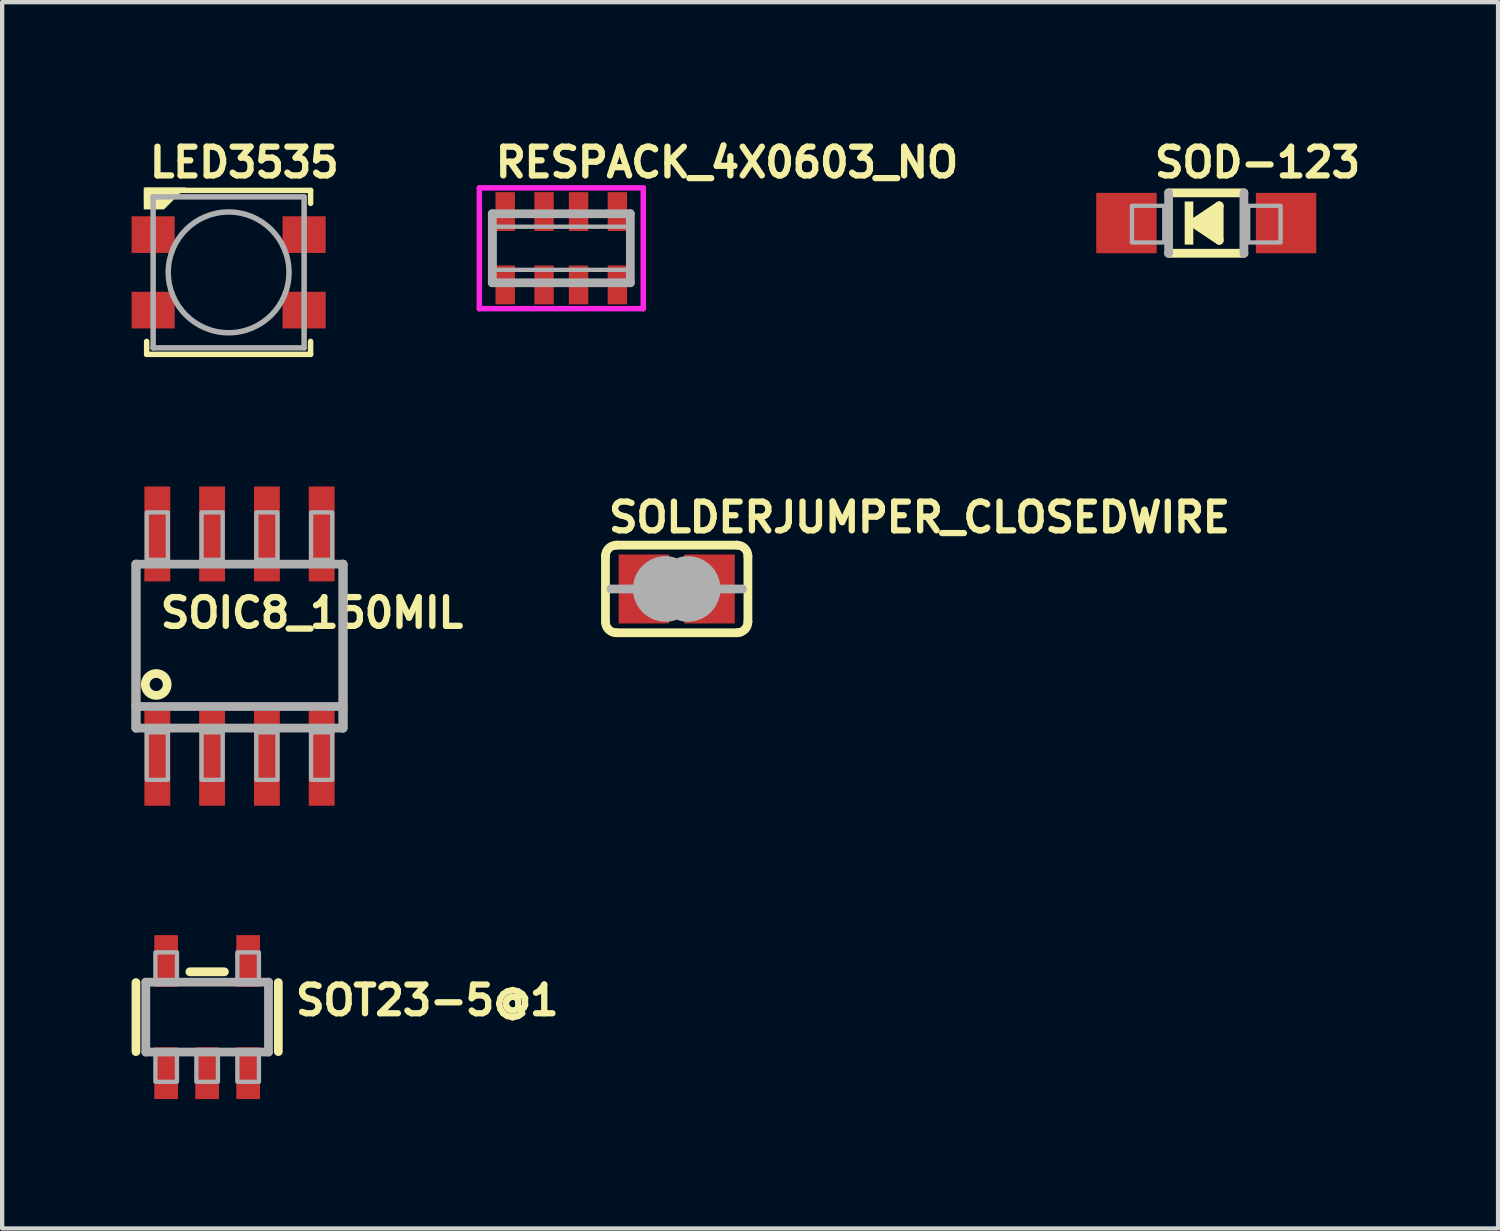
<source format=kicad_pcb>
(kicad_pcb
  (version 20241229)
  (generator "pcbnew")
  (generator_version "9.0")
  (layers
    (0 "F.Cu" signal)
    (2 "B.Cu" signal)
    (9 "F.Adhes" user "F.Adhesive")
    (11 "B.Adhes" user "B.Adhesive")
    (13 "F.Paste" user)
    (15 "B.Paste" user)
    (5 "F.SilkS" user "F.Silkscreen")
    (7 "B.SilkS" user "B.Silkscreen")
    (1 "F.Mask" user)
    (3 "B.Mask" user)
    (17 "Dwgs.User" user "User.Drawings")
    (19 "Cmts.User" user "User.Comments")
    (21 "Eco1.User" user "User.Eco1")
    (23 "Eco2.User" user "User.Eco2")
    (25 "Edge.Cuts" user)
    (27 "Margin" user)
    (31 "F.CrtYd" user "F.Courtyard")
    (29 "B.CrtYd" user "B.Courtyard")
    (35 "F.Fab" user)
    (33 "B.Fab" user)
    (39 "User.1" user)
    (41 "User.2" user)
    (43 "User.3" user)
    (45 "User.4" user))
  (footprint "SOT23-5@1"
    (layer "F.Cu")
    (at 1.752 20.528)
    (property "Reference" "SOT23-5@1" (at 1.978 0 0) (layer "F.SilkS") (effects (font (size 0.666 0.666) (thickness 0.146)) (justify left bottom)))
    (fp_line (start -1.65 -0.8) (end -1.65 0.8) (stroke (width 0.203) (type solid)) (layer "F.SilkS"))
    (fp_line (start -0.4 -1.05) (end 0.4 -1.05) (stroke (width 0.203) (type solid)) (layer "F.SilkS"))
    (fp_line (start 1.65 -0.8) (end 1.65 0.8) (stroke (width 0.203) (type solid)) (layer "F.SilkS"))
    (fp_line (start -1.422 -0.81) (end 1.422 -0.81) (stroke (width 0.203) (type solid)) (layer "F.Fab"))
    (fp_line (start -1.422 0.81) (end -1.422 -0.81) (stroke (width 0.203) (type solid)) (layer "F.Fab"))
    (fp_line (start 1.422 -0.81) (end 1.422 0.81) (stroke (width 0.203) (type solid)) (layer "F.Fab"))
    (fp_line (start 1.422 0.81) (end -1.422 0.81) (stroke (width 0.203) (type solid)) (layer "F.Fab"))
    (fp_poly (pts (xy -1.2 -0.85) (xy -0.7 -0.85) (xy -0.7 -1.5) (xy -1.2 -1.5)) (stroke (width 0.1) (type solid)) (fill no) (layer "F.Fab"))
    (fp_poly (pts (xy -1.2 1.5) (xy -0.7 1.5) (xy -0.7 0.85) (xy -1.2 0.85)) (stroke (width 0.1) (type solid)) (fill no) (layer "F.Fab"))
    (fp_poly (pts (xy -0.25 1.5) (xy 0.25 1.5) (xy 0.25 0.85) (xy -0.25 0.85)) (stroke (width 0.1) (type solid)) (fill no) (layer "F.Fab"))
    (fp_poly (pts (xy 0.7 -0.85) (xy 1.2 -0.85) (xy 1.2 -1.5) (xy 0.7 -1.5)) (stroke (width 0.1) (type solid)) (fill no) (layer "F.Fab"))
    (fp_poly (pts (xy 0.7 1.5) (xy 1.2 1.5) (xy 1.2 0.85) (xy 0.7 0.85)) (stroke (width 0.1) (type solid)) (fill no) (layer "F.Fab"))
    (pad "1" smd rect (at -0.95 1.3) (size 0.55 1.2) (layers "F.Cu" "F.Mask" "F.Paste"))
    (pad "2" smd rect (at 0 1.3) (size 0.55 1.2) (layers "F.Cu" "F.Mask" "F.Paste"))
    (pad "3" smd rect (at 0.95 1.3) (size 0.55 1.2) (layers "F.Cu" "F.Mask" "F.Paste"))
    (pad "4" smd rect (at 0.95 -1.3) (size 0.55 1.2) (layers "F.Cu" "F.Mask" "F.Paste"))
    (pad "5" smd rect (at -0.95 -1.3) (size 0.55 1.2) (layers "F.Cu" "F.Mask" "F.Paste")))
  (footprint "RESPACK_4X0603_NO"
    (layer "F.Cu")
    (at 9.962 2.705)
    (property "Reference" "RESPACK_4X0603_NO" (at -1.6 -1.6 0) (layer "F.SilkS") (effects (font (size 0.666 0.666) (thickness 0.146)) (justify left bottom)))
    (fp_line (start -1.9 -1.4) (end 1.9 -1.4) (stroke (width 0.127) (type solid)) (layer "F.CrtYd"))
    (fp_line (start -1.9 1.4) (end -1.9 -1.4) (stroke (width 0.127) (type solid)) (layer "F.CrtYd"))
    (fp_line (start -1.9 1.4) (end 1.9 1.4) (stroke (width 0.127) (type solid)) (layer "F.CrtYd"))
    (fp_line (start 1.9 -1.4) (end 1.9 1.4) (stroke (width 0.127) (type solid)) (layer "F.CrtYd"))
    (fp_line (start -1.6 -0.8) (end 1.6 -0.8) (stroke (width 0.203) (type solid)) (layer "F.Fab"))
    (fp_line (start -1.6 0.8) (end -1.6 -0.8) (stroke (width 0.203) (type solid)) (layer "F.Fab"))
    (fp_line (start 1.6 -0.8) (end 1.6 0.8) (stroke (width 0.203) (type solid)) (layer "F.Fab"))
    (fp_line (start 1.6 0.8) (end -1.6 0.8) (stroke (width 0.203) (type solid)) (layer "F.Fab"))
    (fp_poly (pts (xy -1.55 0.5) (xy 1.55 0.5) (xy 1.55 -0.5) (xy -1.55 -0.5)) (stroke (width 0.1) (type solid)) (fill no) (layer "F.Fab"))
    (pad "1" smd rect (at -1.3 0.85) (size 0.45 0.9) (layers "F.Cu" "F.Mask" "F.Paste"))
    (pad "2" smd rect (at -0.4 0.85) (size 0.45 0.9) (layers "F.Cu" "F.Mask" "F.Paste"))
    (pad "3" smd rect (at 0.4 0.85) (size 0.45 0.9) (layers "F.Cu" "F.Mask" "F.Paste"))
    (pad "4" smd rect (at 1.3 0.85) (size 0.45 0.9) (layers "F.Cu" "F.Mask" "F.Paste"))
    (pad "5" smd rect (at 1.3 -0.85) (size 0.45 0.9) (layers "F.Cu" "F.Mask" "F.Paste"))
    (pad "6" smd rect (at 0.4 -0.85) (size 0.45 0.9) (layers "F.Cu" "F.Mask" "F.Paste"))
    (pad "7" smd rect (at -0.4 -0.85) (size 0.45 0.9) (layers "F.Cu" "F.Mask" "F.Paste"))
    (pad "8" smd rect (at -1.3 -0.85) (size 0.45 0.9) (layers "F.Cu" "F.Mask" "F.Paste")))
  (footprint "SOIC8_150MIL"
    (layer "F.Cu")
    (at 2.502 11.928)
    (property "Reference" "SOIC8_150MIL" (at -1.905 -0.381 0) (layer "F.SilkS") (effects (font (size 0.666 0.666) (thickness 0.146)) (justify left bottom)))
    (fp_line (start -2.4 1.9) (end -2.4 -1.9) (stroke (width 0.203) (type solid)) (layer "F.SilkS"))
    (fp_line (start 2.4 -1.9) (end 2.4 1.9) (stroke (width 0.203) (type solid)) (layer "F.SilkS"))
    (fp_circle (center -1.93 0.889) (end -1.676 0.889) (stroke (width 0.203) (type solid)) (fill no) (layer "F.SilkS"))
    (fp_line (start -2.4 -1.9) (end 2.4 -1.9) (stroke (width 0.203) (type solid)) (layer "F.Fab"))
    (fp_line (start -2.4 1.4) (end -2.4 -1.9) (stroke (width 0.203) (type solid)) (layer "F.Fab"))
    (fp_line (start -2.4 1.9) (end -2.4 1.4) (stroke (width 0.203) (type solid)) (layer "F.Fab"))
    (fp_line (start 2.4 -1.9) (end 2.4 1.4) (stroke (width 0.203) (type solid)) (layer "F.Fab"))
    (fp_line (start 2.4 1.4) (end -2.4 1.4) (stroke (width 0.203) (type solid)) (layer "F.Fab"))
    (fp_line (start 2.4 1.4) (end 2.4 1.9) (stroke (width 0.203) (type solid)) (layer "F.Fab"))
    (fp_line (start 2.4 1.9) (end -2.4 1.9) (stroke (width 0.203) (type solid)) (layer "F.Fab"))
    (fp_poly (pts (xy -2.15 -2) (xy -1.66 -2) (xy -1.66 -3.1) (xy -2.15 -3.1)) (stroke (width 0.1) (type solid)) (fill no) (layer "F.Fab"))
    (fp_poly (pts (xy -2.15 3.1) (xy -1.66 3.1) (xy -1.66 2) (xy -2.15 2)) (stroke (width 0.1) (type solid)) (fill no) (layer "F.Fab"))
    (fp_poly (pts (xy -0.88 -2) (xy -0.39 -2) (xy -0.39 -3.1) (xy -0.88 -3.1)) (stroke (width 0.1) (type solid)) (fill no) (layer "F.Fab"))
    (fp_poly (pts (xy -0.88 3.1) (xy -0.39 3.1) (xy -0.39 2) (xy -0.88 2)) (stroke (width 0.1) (type solid)) (fill no) (layer "F.Fab"))
    (fp_poly (pts (xy 0.39 -2) (xy 0.88 -2) (xy 0.88 -3.1) (xy 0.39 -3.1)) (stroke (width 0.1) (type solid)) (fill no) (layer "F.Fab"))
    (fp_poly (pts (xy 0.39 3.1) (xy 0.88 3.1) (xy 0.88 2) (xy 0.39 2)) (stroke (width 0.1) (type solid)) (fill no) (layer "F.Fab"))
    (fp_poly (pts (xy 1.66 -2) (xy 2.15 -2) (xy 2.15 -3.1) (xy 1.66 -3.1)) (stroke (width 0.1) (type solid)) (fill no) (layer "F.Fab"))
    (fp_poly (pts (xy 1.66 3.1) (xy 2.15 3.1) (xy 2.15 2) (xy 1.66 2)) (stroke (width 0.1) (type solid)) (fill no) (layer "F.Fab"))
    (pad "1" smd rect (at -1.905 2.6) (size 0.6 2.2) (layers "F.Cu" "F.Mask" "F.Paste"))
    (pad "2" smd rect (at -0.635 2.6) (size 0.6 2.2) (layers "F.Cu" "F.Mask" "F.Paste"))
    (pad "3" smd rect (at 0.635 2.6) (size 0.6 2.2) (layers "F.Cu" "F.Mask" "F.Paste"))
    (pad "4" smd rect (at 1.905 2.6) (size 0.6 2.2) (layers "F.Cu" "F.Mask" "F.Paste"))
    (pad "5" smd rect (at 1.905 -2.6) (size 0.6 2.2) (layers "F.Cu" "F.Mask" "F.Paste"))
    (pad "6" smd rect (at 0.635 -2.6) (size 0.6 2.2) (layers "F.Cu" "F.Mask" "F.Paste"))
    (pad "7" smd rect (at -0.635 -2.6) (size 0.6 2.2) (layers "F.Cu" "F.Mask" "F.Paste"))
    (pad "8" smd rect (at -1.905 -2.6) (size 0.6 2.2) (layers "F.Cu" "F.Mask" "F.Paste")))
  (footprint "LED3535"
    (layer "F.Cu")
    (at 2.25 3.264)
    (property "Reference" "LED3535" (at -1.905 -2.159 0) (layer "F.SilkS") (effects (font (size 0.666 0.666) (thickness 0.146)) (justify left bottom)))
    (fp_line (start -1.9 -1.9) (end 1.9 -1.9) (stroke (width 0.127) (type solid)) (layer "F.SilkS"))
    (fp_line (start -1.9 -1.6) (end -1.9 -1.9) (stroke (width 0.127) (type solid)) (layer "F.SilkS"))
    (fp_line (start -1.9 1.6) (end -1.9 1.9) (stroke (width 0.127) (type solid)) (layer "F.SilkS"))
    (fp_line (start -1.9 1.9) (end 1.9 1.9) (stroke (width 0.127) (type solid)) (layer "F.SilkS"))
    (fp_line (start 1.9 -1.9) (end 1.9 -1.6) (stroke (width 0.127) (type solid)) (layer "F.SilkS"))
    (fp_line (start 1.9 1.9) (end 1.9 1.6) (stroke (width 0.127) (type solid)) (layer "F.SilkS"))
    (fp_poly (pts (xy -1.498 -1.46) (xy -1.968 -1.46) (xy -1.968 -1.968) (xy -0.99 -1.968)) (stroke (width 0) (type solid)) (fill yes) (layer "F.SilkS"))
    (fp_line (start -1.75 -1.75) (end 1.75 -1.75) (stroke (width 0.127) (type solid)) (layer "F.Fab"))
    (fp_line (start -1.75 1.75) (end -1.75 -1.75) (stroke (width 0.127) (type solid)) (layer "F.Fab"))
    (fp_line (start 1.75 -1.75) (end 1.75 1.75) (stroke (width 0.127) (type solid)) (layer "F.Fab"))
    (fp_line (start 1.75 1.75) (end -1.75 1.75) (stroke (width 0.127) (type solid)) (layer "F.Fab"))
    (fp_circle (center 0 0) (end 1.4 0) (stroke (width 0.127) (type solid)) (fill no) (layer "F.Fab"))
    (pad "1" smd rect (at -1.75 -0.875 90) (size 0.85 1) (layers "F.Cu" "F.Mask" "F.Paste"))
    (pad "2" smd rect (at -1.75 0.875 90) (size 0.85 1) (layers "F.Cu" "F.Mask" "F.Paste"))
    (pad "3" smd rect (at 1.75 0.875 90) (size 0.85 1) (layers "F.Cu" "F.Mask" "F.Paste"))
    (pad "4" smd rect (at 1.75 -0.875 90) (size 0.85 1) (layers "F.Cu" "F.Mask" "F.Paste")))
  (footprint "SOLDERJUMPER_CLOSEDWIRE"
    (layer "F.Cu")
    (at 12.637 10.603)
    (property "Reference" "SOLDERJUMPER_CLOSEDWIRE" (at -1.651 -1.27 0) (layer "F.SilkS") (effects (font (size 0.666 0.666) (thickness 0.146)) (justify left bottom)))
    (fp_poly (pts (xy 1.397 0.889) (xy -1.397 0.889) (xy -1.397 -0.889) (xy 1.397 -0.889)) (stroke (width 0) (type solid)) (fill yes) (layer "F.Mask"))
    (fp_line (start -1.651 0.762) (end -1.651 -0.762) (stroke (width 0.203) (type solid)) (layer "F.SilkS"))
    (fp_line (start -1.397 -1.016) (end 1.397 -1.016) (stroke (width 0.203) (type solid)) (layer "F.SilkS"))
    (fp_line (start 1.397 1.016) (end -1.397 1.016) (stroke (width 0.203) (type solid)) (layer "F.SilkS"))
    (fp_line (start 1.651 0.762) (end 1.651 -0.762) (stroke (width 0.203) (type solid)) (layer "F.SilkS"))
    (fp_arc (start -1.651 -0.762) (mid -1.576605 -0.941605) (end -1.397 -1.016) (stroke (width 0.2032) (type solid)) (layer "F.SilkS"))
    (fp_arc (start -1.397 1.016) (mid -1.576605 0.941605) (end -1.651 0.762) (stroke (width 0.2032) (type solid)) (layer "F.SilkS"))
    (fp_arc (start 1.397 -1.016) (mid 1.576605 -0.941605) (end 1.651 -0.762) (stroke (width 0.2032) (type solid)) (layer "F.SilkS"))
    (fp_arc (start 1.651 0.762) (mid 1.576605 0.941605) (end 1.397 1.016) (stroke (width 0.2032) (type solid)) (layer "F.SilkS"))
    (fp_line (start -1.016 0) (end -1.524 0) (stroke (width 0.203) (type solid)) (layer "F.Fab"))
    (fp_line (start 1.016 0) (end 1.524 0) (stroke (width 0.203) (type solid)) (layer "F.Fab"))
    (fp_arc (start -0.254 0.127) (mid -0.381 0) (end -0.254 -0.127) (stroke (width 1.27) (type solid)) (layer "F.Fab"))
    (fp_arc (start 0.254 -0.127) (mid 0.381 0) (end 0.254 0.127) (stroke (width 1.27) (type solid)) (layer "F.Fab"))
    (pad "1" smd rect (at -0.762 0) (size 1.168 1.6) (layers "F.Cu"))
    (pad "2" smd rect (at 0.762 0) (size 1.168 1.6) (layers "F.Cu"))
    (pad "WIRE" smd rect (at 0 0 180) (size 0.635 0.203) (layers "F.Cu")))
  (footprint "SOD-123"
    (layer "F.Cu")
    (at 24.913 2.121)
    (property "Reference" "SOD-123" (at -1.27 -1.016 0) (layer "F.SilkS") (effects (font (size 0.666 0.666) (thickness 0.146)) (justify left bottom)))
    (fp_line (start -0.873 -0.7) (end 0.873 -0.7) (stroke (width 0.203) (type solid)) (layer "F.SilkS"))
    (fp_line (start -0.3 0) (end 0.3 -0.4) (stroke (width 0.203) (type solid)) (layer "F.SilkS"))
    (fp_line (start 0.3 -0.4) (end 0.3 0.4) (stroke (width 0.203) (type solid)) (layer "F.SilkS"))
    (fp_line (start 0.3 0.4) (end -0.3 0) (stroke (width 0.203) (type solid)) (layer "F.SilkS"))
    (fp_line (start 0.873 0.7) (end -0.873 0.7) (stroke (width 0.203) (type solid)) (layer "F.SilkS"))
    (fp_poly (pts (xy 0.302 0.39) (xy -0.283 0) (xy 0.302 -0.39)) (stroke (width 0) (type solid)) (fill yes) (layer "F.SilkS"))
    (fp_poly (pts (xy -0.5 0.5) (xy -0.3 0.5) (xy -0.3 -0.5) (xy -0.5 -0.5)) (stroke (width 0) (type solid)) (fill yes) (layer "F.SilkS"))
    (fp_line (start -0.873 0.7) (end -0.873 -0.7) (stroke (width 0.203) (type solid)) (layer "F.Fab"))
    (fp_line (start 0.873 -0.7) (end 0.873 0.7) (stroke (width 0.203) (type solid)) (layer "F.Fab"))
    (fp_poly (pts (xy -1.723 0.45) (xy -0.973 0.45) (xy -0.973 -0.4) (xy -1.723 -0.4)) (stroke (width 0.1) (type solid)) (fill no) (layer "F.Fab"))
    (fp_poly (pts (xy 0.973 0.45) (xy 1.723 0.45) (xy 1.723 -0.4) (xy 0.973 -0.4)) (stroke (width 0.1) (type solid)) (fill no) (layer "F.Fab"))
    (pad "A" smd rect (at 1.85 0 90) (size 1.4 1.4) (layers "F.Cu" "F.Mask" "F.Paste"))
    (pad "C" smd rect (at -1.85 0 90) (size 1.4 1.4) (layers "F.Cu" "F.Mask" "F.Paste")))
  (gr_rect
    (start -3 -3)
    (end 31.678 25.428)
    (stroke (width 0.1) (type default))
    (fill no)
    (layer "Edge.Cuts")))
</source>
